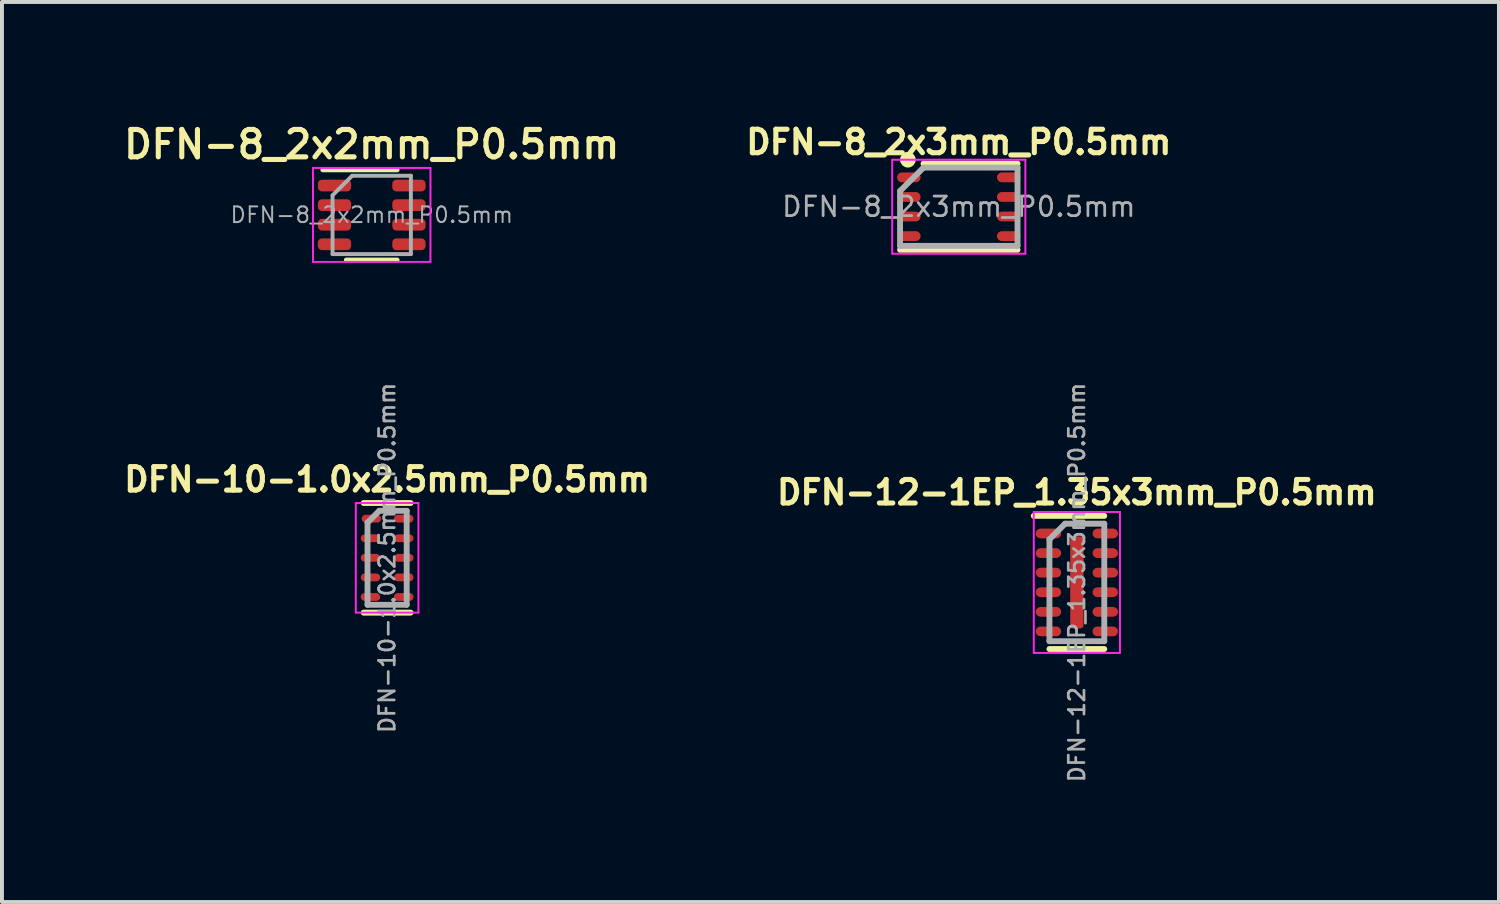
<source format=kicad_pcb>
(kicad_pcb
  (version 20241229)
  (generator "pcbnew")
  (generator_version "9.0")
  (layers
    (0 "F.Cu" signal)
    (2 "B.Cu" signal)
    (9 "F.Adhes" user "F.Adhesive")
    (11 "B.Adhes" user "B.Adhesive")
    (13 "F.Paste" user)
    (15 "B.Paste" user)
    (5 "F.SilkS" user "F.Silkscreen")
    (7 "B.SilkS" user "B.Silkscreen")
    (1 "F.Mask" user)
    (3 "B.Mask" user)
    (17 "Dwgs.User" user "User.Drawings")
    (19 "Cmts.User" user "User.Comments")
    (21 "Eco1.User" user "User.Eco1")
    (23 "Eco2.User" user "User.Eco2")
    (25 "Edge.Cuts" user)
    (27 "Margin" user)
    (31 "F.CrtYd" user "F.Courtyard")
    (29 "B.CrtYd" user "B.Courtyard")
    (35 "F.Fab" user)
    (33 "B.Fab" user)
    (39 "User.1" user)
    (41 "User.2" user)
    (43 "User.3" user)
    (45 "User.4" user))
  (footprint "DFN-12-1EP_1.35x3mm_P0.5mm"
    (layer "F.Cu")
    (at 24.448 11.823)
    (property "Reference" "DFN-12-1EP_1.35x3mm_P0.5mm" (at 0 -2.3 0) (layer "F.SilkS") (effects (font (size 0.6 0.6) (thickness 0.13))))
    (attr smd)
    (fp_line (start -1.1 -1.7) (end 0.7 -1.7) (stroke (width 0.15) (type solid)) (layer "F.SilkS"))
    (fp_line (start -0.7 1.7) (end 0.7 1.7) (stroke (width 0.15) (type solid)) (layer "F.SilkS"))
    (fp_line (start -1.1 -1.8) (end -1.1 1.8) (stroke (width 0.05) (type solid)) (layer "F.CrtYd"))
    (fp_line (start -1.1 -1.8) (end 1.1 -1.8) (stroke (width 0.05) (type solid)) (layer "F.CrtYd"))
    (fp_line (start -1.1 1.8) (end 1.1 1.8) (stroke (width 0.05) (type solid)) (layer "F.CrtYd"))
    (fp_line (start 1.1 -1.8) (end 1.1 1.8) (stroke (width 0.05) (type solid)) (layer "F.CrtYd"))
    (fp_line (start -0.7 -1.1) (end -0.3 -1.5) (stroke (width 0.15) (type solid)) (layer "F.Fab"))
    (fp_line (start -0.7 1.5) (end -0.7 -1.1) (stroke (width 0.15) (type solid)) (layer "F.Fab"))
    (fp_line (start -0.3 -1.5) (end 0.7 -1.5) (stroke (width 0.15) (type solid)) (layer "F.Fab"))
    (fp_line (start 0.7 -1.5) (end 0.7 1.5) (stroke (width 0.15) (type solid)) (layer "F.Fab"))
    (fp_line (start 0.7 1.5) (end -0.7 1.5) (stroke (width 0.15) (type solid)) (layer "F.Fab"))
    (fp_text user "${REFERENCE}" (at 0 0 90) (layer "F.Fab") (effects (font (size 0.4 0.4) (thickness 0.07))))
    (pad "1" smd roundrect (at -0.725 -1.25) (size 0.65 0.25) (layers "F.Cu" "F.Mask" "F.Paste") (roundrect_rratio 0.5))
    (pad "2" smd roundrect (at -0.725 -0.75) (size 0.65 0.25) (layers "F.Cu" "F.Mask" "F.Paste") (roundrect_rratio 0.5))
    (pad "3" smd roundrect (at -0.725 -0.25) (size 0.65 0.25) (layers "F.Cu" "F.Mask" "F.Paste") (roundrect_rratio 0.5))
    (pad "4" smd roundrect (at -0.725 0.25) (size 0.65 0.25) (layers "F.Cu" "F.Mask" "F.Paste") (roundrect_rratio 0.5))
    (pad "5" smd roundrect (at -0.725 0.75) (size 0.65 0.25) (layers "F.Cu" "F.Mask" "F.Paste") (roundrect_rratio 0.5))
    (pad "6" smd roundrect (at -0.725 1.25) (size 0.65 0.25) (layers "F.Cu" "F.Mask" "F.Paste") (roundrect_rratio 0.5))
    (pad "7" smd roundrect (at 0.725 1.25) (size 0.65 0.25) (layers "F.Cu" "F.Mask" "F.Paste") (roundrect_rratio 0.5))
    (pad "8" smd roundrect (at 0.725 0.75) (size 0.65 0.25) (layers "F.Cu" "F.Mask" "F.Paste") (roundrect_rratio 0.5))
    (pad "9" smd roundrect (at 0.725 0.25) (size 0.65 0.25) (layers "F.Cu" "F.Mask" "F.Paste") (roundrect_rratio 0.5))
    (pad "10" smd roundrect (at 0.725 -0.25) (size 0.65 0.25) (layers "F.Cu" "F.Mask" "F.Paste") (roundrect_rratio 0.5))
    (pad "11" smd roundrect (at 0.725 -0.75) (size 0.65 0.25) (layers "F.Cu" "F.Mask" "F.Paste") (roundrect_rratio 0.5))
    (pad "12" smd roundrect (at 0.725 -1.25) (size 0.65 0.25) (layers "F.Cu" "F.Mask" "F.Paste") (roundrect_rratio 0.5))
    (pad "13" smd roundrect (at 0 0) (size 0.34 2.35) (layers "F.Cu" "F.Mask" "F.Paste") (roundrect_rratio 0.25)))
  (footprint "DFN-8_2x3mm_P0.5mm"
    (layer "F.Cu")
    (at 21.433 2.229)
    (property "Reference" "DFN-8_2x3mm_P0.5mm" (at 0 -1.65 0) (layer "F.SilkS") (effects (font (size 0.6 0.6) (thickness 0.13))))
    (property "Value" "${VALUE}" (at 0 1.4 0) (layer "F.Fab") (hide yes) (effects (font (size 0.3 0.3) (thickness 0.05))))
    (attr smd)
    (fp_line (start -1.5 1.1) (end 1.5 1.1) (stroke (width 0.15) (type solid)) (layer "F.SilkS"))
    (fp_line (start -0.9 -1.1) (end 1.5 -1.1) (stroke (width 0.15) (type solid)) (layer "F.SilkS"))
    (fp_circle (center -1.3 -1.2) (end -1.2 -1.2) (stroke (width 0.2) (type solid)) (fill no) (layer "F.SilkS"))
    (fp_line (start -1.7 -1.2) (end -1.7 1.2) (stroke (width 0.05) (type solid)) (layer "F.CrtYd"))
    (fp_line (start -1.7 -1.2) (end 1.7 -1.2) (stroke (width 0.05) (type solid)) (layer "F.CrtYd"))
    (fp_line (start -1.7 1.2) (end 1.7 1.2) (stroke (width 0.05) (type solid)) (layer "F.CrtYd"))
    (fp_line (start 1.7 -1.2) (end 1.7 1.2) (stroke (width 0.05) (type solid)) (layer "F.CrtYd"))
    (fp_line (start -1.5 -0.4) (end -0.9 -1) (stroke (width 0.15) (type solid)) (layer "F.Fab"))
    (fp_line (start -1.5 1) (end -1.5 -0.4) (stroke (width 0.15) (type solid)) (layer "F.Fab"))
    (fp_line (start -0.9 -1) (end 1.5 -1) (stroke (width 0.15) (type solid)) (layer "F.Fab"))
    (fp_line (start 1.5 -1) (end 1.5 1) (stroke (width 0.15) (type solid)) (layer "F.Fab"))
    (fp_line (start 1.5 1) (end -1.5 1) (stroke (width 0.15) (type solid)) (layer "F.Fab"))
    (fp_text user "${REFERENCE}" (at 0 0 0) (layer "F.Fab") (effects (font (size 0.5 0.5) (thickness 0.07))))
    (pad "1" smd oval (at -1.275 -0.75) (size 0.6 0.25) (layers "F.Cu" "F.Mask" "F.Paste"))
    (pad "2" smd oval (at -1.275 -0.25) (size 0.6 0.25) (layers "F.Cu" "F.Mask" "F.Paste"))
    (pad "3" smd oval (at -1.275 0.25) (size 0.6 0.25) (layers "F.Cu" "F.Mask" "F.Paste"))
    (pad "4" smd oval (at -1.275 0.75) (size 0.6 0.25) (layers "F.Cu" "F.Mask" "F.Paste"))
    (pad "5" smd oval (at 1.275 0.75) (size 0.6 0.25) (layers "F.Cu" "F.Mask" "F.Paste"))
    (pad "6" smd oval (at 1.275 0.25) (size 0.6 0.25) (layers "F.Cu" "F.Mask" "F.Paste"))
    (pad "7" smd oval (at 1.275 -0.25) (size 0.6 0.25) (layers "F.Cu" "F.Mask" "F.Paste"))
    (pad "8" smd oval (at 1.275 -0.75) (size 0.6 0.25) (layers "F.Cu" "F.Mask" "F.Paste")))
  (footprint "DFN-10-1.0x2.5mm_P0.5mm"
    (layer "F.Cu")
    (at 6.835 11.194)
    (property "Reference" "DFN-10-1.0x2.5mm_P0.5mm" (at 0 -2 0) (layer "F.SilkS") (effects (font (size 0.6 0.6) (thickness 0.13))))
    (attr smd)
    (fp_line (start -0.6 -1.4) (end 0.6 -1.4) (stroke (width 0.15) (type solid)) (layer "F.SilkS"))
    (fp_line (start -0.6 1.4) (end 0.6 1.4) (stroke (width 0.15) (type solid)) (layer "F.SilkS"))
    (fp_line (start -0.8 -1.4) (end -0.8 1.4) (stroke (width 0.05) (type solid)) (layer "F.CrtYd"))
    (fp_line (start -0.8 -1.4) (end 0.8 -1.4) (stroke (width 0.05) (type solid)) (layer "F.CrtYd"))
    (fp_line (start -0.8 1.4) (end 0.8 1.4) (stroke (width 0.05) (type solid)) (layer "F.CrtYd"))
    (fp_line (start 0.8 -1.4) (end 0.8 1.4) (stroke (width 0.05) (type solid)) (layer "F.CrtYd"))
    (fp_line (start -0.5 -0.9) (end -0.2 -1.2) (stroke (width 0.15) (type solid)) (layer "F.Fab"))
    (fp_line (start -0.5 1.2) (end -0.5 -0.9) (stroke (width 0.15) (type solid)) (layer "F.Fab"))
    (fp_line (start -0.2 -1.2) (end 0.5 -1.2) (stroke (width 0.15) (type solid)) (layer "F.Fab"))
    (fp_line (start 0.5 -1.2) (end 0.5 1.2) (stroke (width 0.15) (type solid)) (layer "F.Fab"))
    (fp_line (start 0.5 1.2) (end -0.5 1.2) (stroke (width 0.15) (type solid)) (layer "F.Fab"))
    (fp_text user "${REFERENCE}" (at 0 0 90) (layer "F.Fab") (effects (font (size 0.4 0.4) (thickness 0.07))))
    (pad "1" smd roundrect (at -0.4 -1) (size 0.5 0.2) (layers "F.Cu" "F.Mask" "F.Paste") (roundrect_rratio 0.5))
    (pad "2" smd roundrect (at -0.425 -0.5) (size 0.5 0.2) (layers "F.Cu" "F.Mask" "F.Paste") (roundrect_rratio 0.5))
    (pad "3" smd roundrect (at -0.425 0) (size 0.5 0.2) (layers "F.Cu" "F.Mask" "F.Paste") (roundrect_rratio 0.5))
    (pad "4" smd roundrect (at -0.425 0.5) (size 0.5 0.2) (layers "F.Cu" "F.Mask" "F.Paste") (roundrect_rratio 0.5))
    (pad "5" smd roundrect (at -0.425 1) (size 0.5 0.2) (layers "F.Cu" "F.Mask" "F.Paste") (roundrect_rratio 0.5))
    (pad "6" smd roundrect (at 0.425 1) (size 0.5 0.2) (layers "F.Cu" "F.Mask" "F.Paste") (roundrect_rratio 0.5))
    (pad "7" smd roundrect (at 0.425 0.5) (size 0.5 0.2) (layers "F.Cu" "F.Mask" "F.Paste") (roundrect_rratio 0.5))
    (pad "8" smd roundrect (at 0.425 0) (size 0.5 0.2) (layers "F.Cu" "F.Mask" "F.Paste") (roundrect_rratio 0.5))
    (pad "9" smd roundrect (at 0.425 -0.5) (size 0.5 0.2) (layers "F.Cu" "F.Mask" "F.Paste") (roundrect_rratio 0.5))
    (pad "10" smd roundrect (at 0.425 -1) (size 0.5 0.2) (layers "F.Cu" "F.Mask" "F.Paste") (roundrect_rratio 0.5)))
  (footprint "DFN-8_2x2mm_P0.5mm"
    (layer "F.Cu")
    (at 6.442 2.438)
    (property "Reference" "DFN-8_2x2mm_P0.5mm" (at 0 -1.8 0) (layer "F.SilkS") (effects (font (size 0.7 0.7) (thickness 0.13))))
    (property "Value" "${VALUE}" (at 0 1.4 0) (layer "F.Fab") (hide yes) (effects (font (size 0.3 0.3) (thickness 0.05))))
    (attr smd)
    (fp_line (start -1.25 -1.15) (end 0.65 -1.15) (stroke (width 0.12) (type solid)) (layer "F.SilkS"))
    (fp_line (start -0.65 1.15) (end 0.65 1.15) (stroke (width 0.12) (type solid)) (layer "F.SilkS"))
    (fp_line (start -1.5 -1.2) (end -1.5 1.2) (stroke (width 0.05) (type solid)) (layer "F.CrtYd"))
    (fp_line (start -1.5 -1.2) (end 1.5 -1.2) (stroke (width 0.05) (type solid)) (layer "F.CrtYd"))
    (fp_line (start -1.5 1.2) (end 1.5 1.2) (stroke (width 0.05) (type solid)) (layer "F.CrtYd"))
    (fp_line (start 1.5 -1.2) (end 1.5 1.2) (stroke (width 0.05) (type solid)) (layer "F.CrtYd"))
    (fp_line (start -1 -0.5) (end -0.5 -1) (stroke (width 0.1) (type solid)) (layer "F.Fab"))
    (fp_line (start -1 1) (end -1 -0.5) (stroke (width 0.1) (type solid)) (layer "F.Fab"))
    (fp_line (start -0.5 -1) (end 1 -1) (stroke (width 0.1) (type solid)) (layer "F.Fab"))
    (fp_line (start 1 -1) (end 1 1) (stroke (width 0.1) (type solid)) (layer "F.Fab"))
    (fp_line (start 1 1) (end -1 1) (stroke (width 0.1) (type solid)) (layer "F.Fab"))
    (fp_text user "${REFERENCE}" (at 0 0 0) (layer "F.Fab") (effects (font (size 0.4 0.4) (thickness 0.05))))
    (pad "1" smd roundrect (at -0.95 -0.75) (size 0.85 0.3) (layers "F.Cu" "F.Mask" "F.Paste") (roundrect_rratio 0.35))
    (pad "2" smd roundrect (at -0.95 -0.25) (size 0.85 0.3) (layers "F.Cu" "F.Mask" "F.Paste") (roundrect_rratio 0.35))
    (pad "3" smd roundrect (at -0.95 0.25) (size 0.85 0.3) (layers "F.Cu" "F.Mask" "F.Paste") (roundrect_rratio 0.35))
    (pad "4" smd roundrect (at -0.95 0.75) (size 0.85 0.3) (layers "F.Cu" "F.Mask" "F.Paste") (roundrect_rratio 0.35))
    (pad "5" smd roundrect (at 0.95 0.75) (size 0.85 0.3) (layers "F.Cu" "F.Mask" "F.Paste") (roundrect_rratio 0.35))
    (pad "6" smd roundrect (at 0.95 0.25) (size 0.85 0.3) (layers "F.Cu" "F.Mask" "F.Paste") (roundrect_rratio 0.35))
    (pad "7" smd roundrect (at 0.95 -0.25) (size 0.85 0.3) (layers "F.Cu" "F.Mask" "F.Paste") (roundrect_rratio 0.35))
    (pad "8" smd roundrect (at 0.95 -0.75) (size 0.85 0.3) (layers "F.Cu" "F.Mask" "F.Paste") (roundrect_rratio 0.35)))
  (gr_rect
    (start -3 -3)
    (end 35.226 19.983)
    (stroke (width 0.1) (type default))
    (fill no)
    (layer "Edge.Cuts")))
</source>
